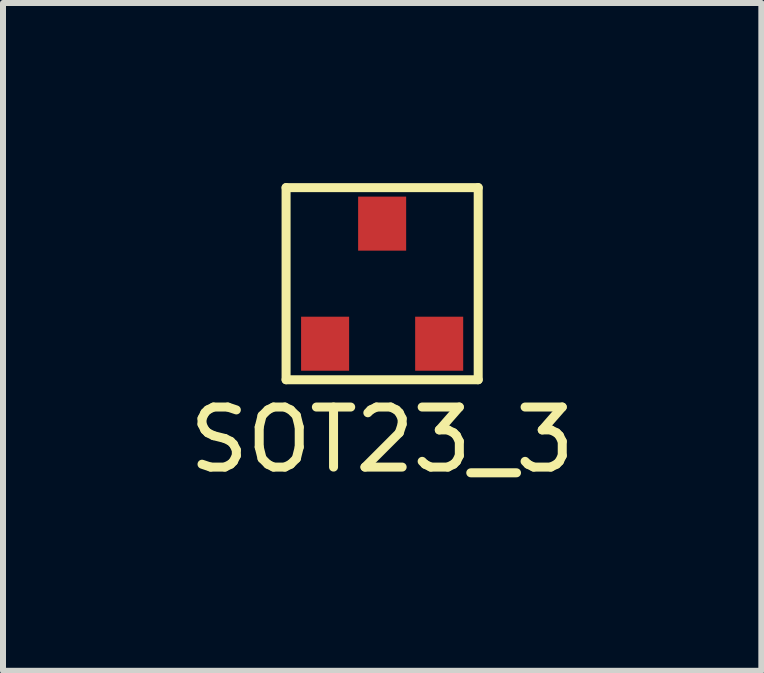
<source format=kicad_pcb>
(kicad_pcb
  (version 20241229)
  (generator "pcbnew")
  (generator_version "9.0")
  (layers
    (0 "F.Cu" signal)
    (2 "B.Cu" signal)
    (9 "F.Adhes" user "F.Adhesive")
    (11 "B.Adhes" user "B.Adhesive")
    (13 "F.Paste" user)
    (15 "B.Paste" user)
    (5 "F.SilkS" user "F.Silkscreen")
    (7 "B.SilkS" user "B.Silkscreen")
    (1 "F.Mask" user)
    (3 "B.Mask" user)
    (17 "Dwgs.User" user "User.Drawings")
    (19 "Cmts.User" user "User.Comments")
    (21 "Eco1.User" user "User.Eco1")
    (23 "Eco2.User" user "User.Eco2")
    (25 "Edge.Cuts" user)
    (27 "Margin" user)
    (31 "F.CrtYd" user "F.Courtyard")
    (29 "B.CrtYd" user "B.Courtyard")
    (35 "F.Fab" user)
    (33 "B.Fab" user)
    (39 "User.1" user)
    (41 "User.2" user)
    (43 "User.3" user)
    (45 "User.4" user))
  (footprint "SOT23_3"
    (layer "F.Cu")
    (at 3.315 2.675)
    (property "Reference" "SOT23_3" (at 0 1.6 0) (layer "F.SilkS") (effects (font (size 1 1) (thickness 0.15))))
    (attr through_hole)
    (fp_line (start -1.6 -2.6) (end -1.6 0.6) (stroke (width 0.15) (type solid)) (layer "F.SilkS"))
    (fp_line (start -1.6 0.6) (end 1.6 0.6) (stroke (width 0.15) (type solid)) (layer "F.SilkS"))
    (fp_line (start 1.6 -2.6) (end -1.6 -2.6) (stroke (width 0.15) (type solid)) (layer "F.SilkS"))
    (fp_line (start 1.6 0.6) (end 1.6 -2.6) (stroke (width 0.15) (type solid)) (layer "F.SilkS"))
    (pad "1" smd rect (at -0.95 0) (size 0.8 0.9) (layers "F.Cu" "F.Mask" "F.Paste"))
    (pad "2" smd rect (at 0 -2) (size 0.8 0.9) (layers "F.Cu" "F.Mask" "F.Paste"))
    (pad "3" smd rect (at 0.95 0) (size 0.8 0.9) (layers "F.Cu" "F.Mask" "F.Paste")))
  (gr_rect
    (start -3 -3)
    (end 9.631 8.123)
    (stroke (width 0.1) (type default))
    (fill no)
    (layer "Edge.Cuts")))
</source>
